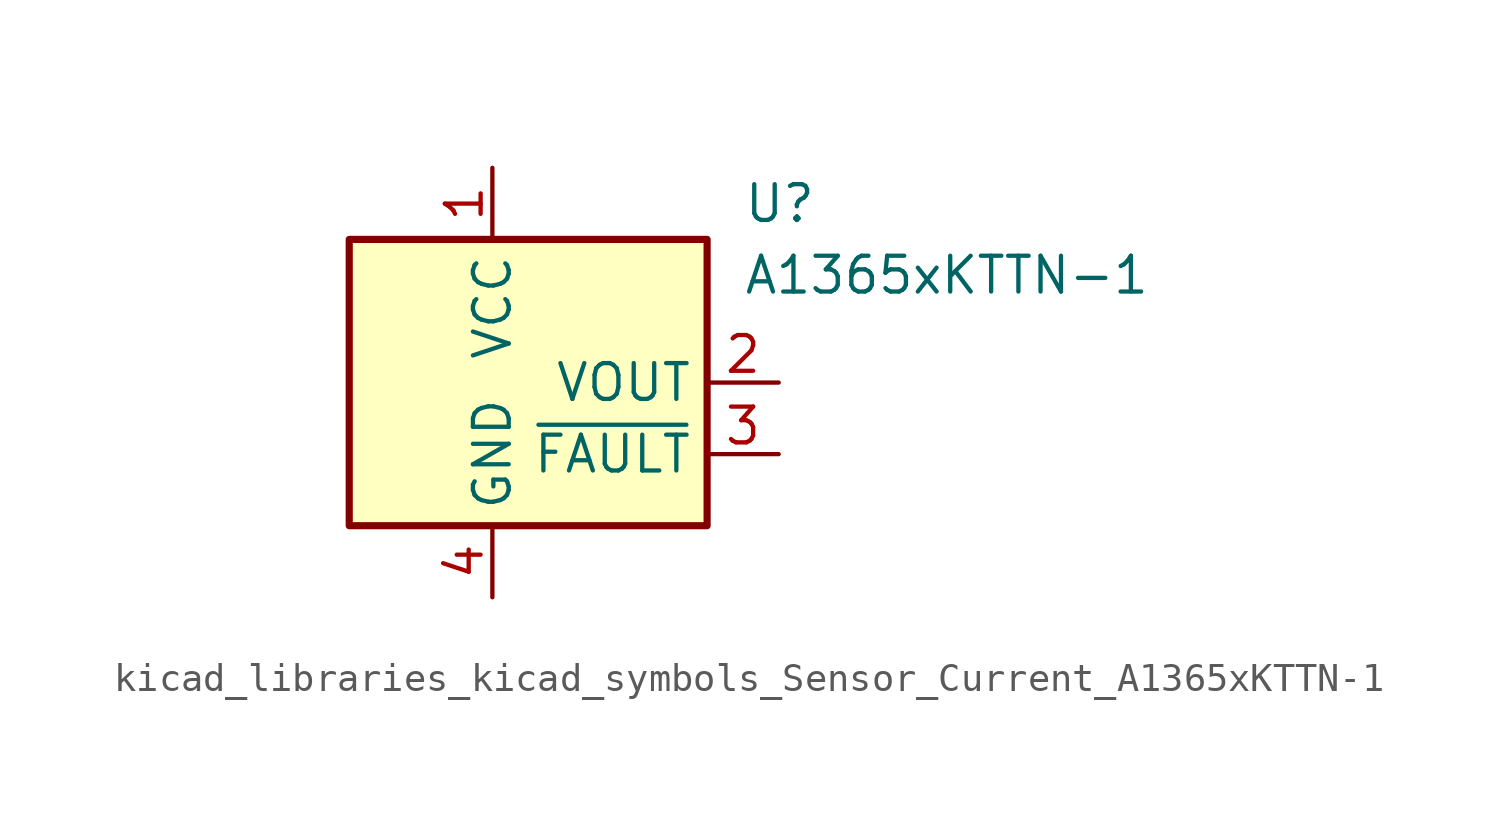
<source format=kicad_sym>
(kicad_symbol_lib
  (version 20220914)
  (generator kicad_symbol_editor)
  (symbol "kicad_libraries_kicad_symbols_Sensor_Current_A1365xKTTN-1"
    (property "Reference" "U"
      (at 8.89 6.35 0)
      (effects (font (size 1.27 1.27)) (justify left)))
    (property "Value" "A1365xKTTN-1"
      (at 8.89 3.81 0)
      (effects (font (size 1.27 1.27)) (justify left)))
    (symbol "kicad_libraries_kicad_symbols_Sensor_Current_A1365xKTTN-1_0_1"
      (rectangle (start -5.08 5.08) (end 7.62 -5.08) (stroke (width 0.254) (type default)) (fill (type background))))
    (symbol "kicad_libraries_kicad_symbols_Sensor_Current_A1365xKTTN-1_1_1"
      (pin power_in line (at 0 7.62 270) (length 2.54) (name "VCC" (effects (font (size 1.27 1.27)))) (number "1" (effects (font (size 1.27 1.27)))))
      (pin output line (at 10.16 0 180) (length 2.54) (name "VOUT" (effects (font (size 1.27 1.27)))) (number "2" (effects (font (size 1.27 1.27)))))
      (pin output line (at 10.16 -2.54 180) (length 2.54) (name "~{FAULT}" (effects (font (size 1.27 1.27)))) (number "3" (effects (font (size 1.27 1.27)))))
      (pin power_in line (at 0 -7.62 90) (length 2.54) (name "GND" (effects (font (size 1.27 1.27)))) (number "4" (effects (font (size 1.27 1.27))))))))
</source>
